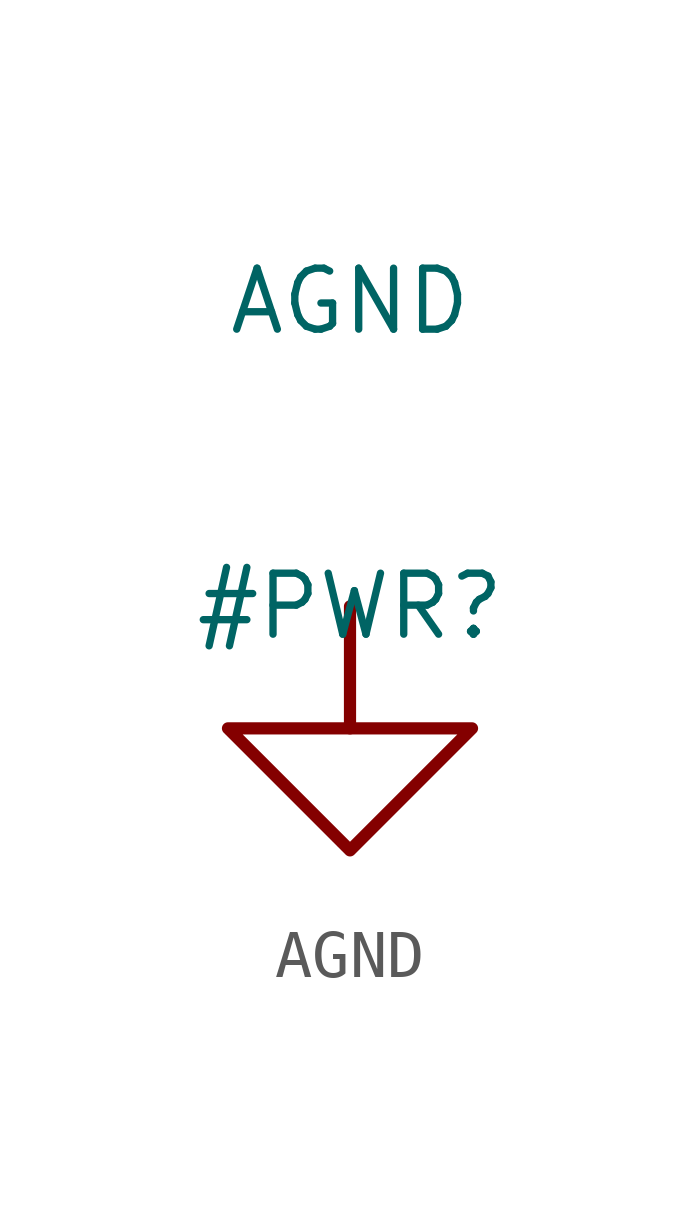
<source format=kicad_sym>
(kicad_symbol_lib
  (version 20211014)
  (generator kicad_symbol_editor)
  (symbol "AGND"
    (power)
    (property "Reference" "#PWR"
      (at 0 0 0)
      (effects (font (size 1.27 1.27))))
    (property "Value" "AGND"
      (at 0 6.35 0)
      (effects (font (size 1.27 1.27))))
    (symbol "AGND_0_0"
      (polyline (pts (xy 0 0) (xy 0 -2.54)) (stroke (width 0.254) (type default) (color 0 0 0 0)) (fill (type none)))
      (polyline (pts (xy -2.54 -2.54) (xy 2.54 -2.54) (xy 0 -5.08) (xy -2.54 -2.54)) (stroke (width 0.254) (type default) (color 0 0 0 0)) (fill (type none)))
      (pin power_in line (at 0 0 0) (length 0) hide (name "AGND" (effects (font (size 1.27 1.27)))) (number "" (effects (font (size 1.27 1.27))))))))
</source>
